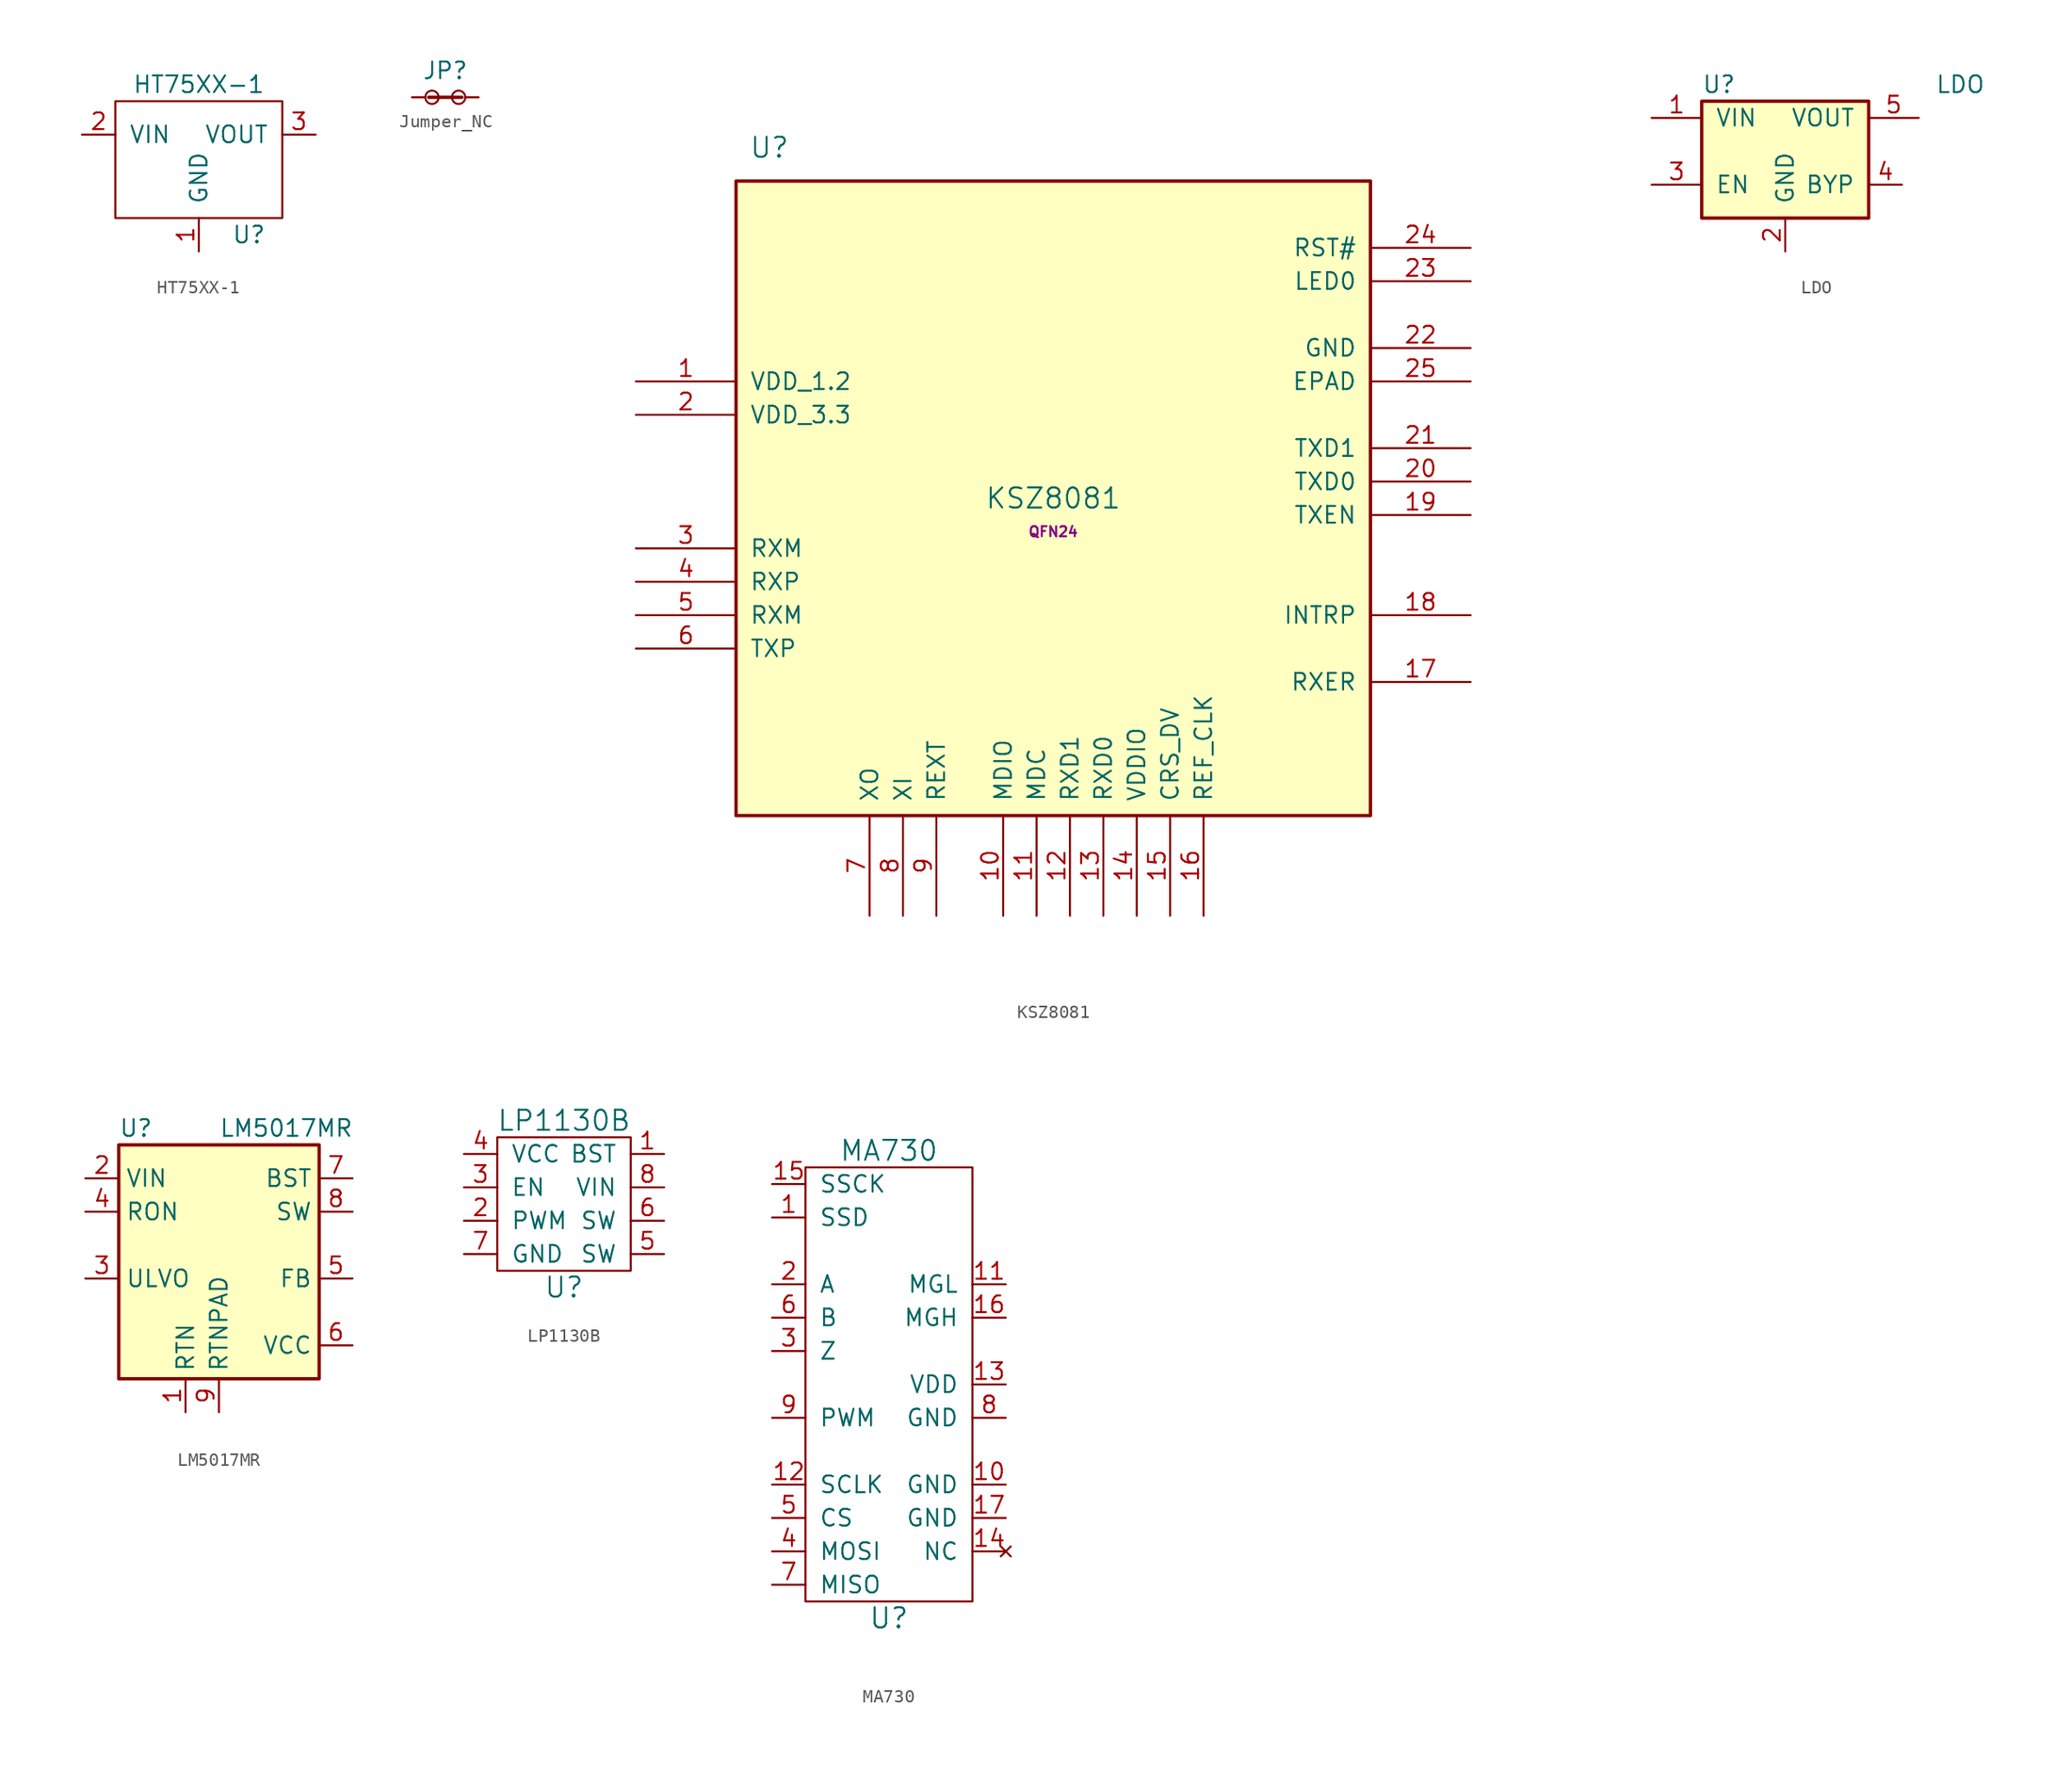
<source format=kicad_sym>
(kicad_symbol_lib
  (version 20211014)
  (generator kicad_symbol_editor)
  (symbol "HT75XX-1"
    (pin_names
      (offset 1.016))
    (property "Reference" "U"
      (at 3.81 -7.62 0)
      (effects (font (size 1.27 1.27))))
    (property "Value" "HT75XX-1"
      (at 0 3.81 0)
      (effects (font (size 1.27 1.27))))
    (symbol "HT75XX-1_0_1"
      (rectangle (start -6.35 2.54) (end 6.35 -6.35) (stroke (width 0) (type default) (color 0 0 0 0)) (fill (type none))))
    (symbol "HT75XX-1_1_1"
      (pin power_in line (at 0 -8.89 90) (length 2.54) (name "GND" (effects (font (size 1.27 1.27)))) (number "1" (effects (font (size 1.27 1.27)))))
      (pin power_in line (at -8.89 0 0) (length 2.54) (name "VIN" (effects (font (size 1.27 1.27)))) (number "2" (effects (font (size 1.27 1.27)))))
      (pin power_out line (at 8.89 0 180) (length 2.54) (name "VOUT" (effects (font (size 1.27 1.27)))) (number "3" (effects (font (size 1.27 1.27)))))))
  (symbol "Jumper_NC"
    (pin_numbers hide)
    (pin_names
      (offset 0.762) hide)
    (property "Reference" "JP"
      (at 0 2.032 0)
      (effects (font (size 1.27 1.27))))
    (property "Footprint" ""
      (at 0 0 0)
      (effects (font (size 1.27 1.27))))
    (property "Datasheet" ""
      (at 0 0 0)
      (effects (font (size 1.27 1.27))))
    (symbol "Jumper_NC_0_1"
      (circle (center -1.016 0) (radius 0.508) (stroke (width 0) (type default) (color 0 0 0 0)) (fill (type none)))
      (polyline (pts (xy -1.27 0) (xy 1.27 0)) (stroke (width 0.254) (type default) (color 0 0 0 0)) (fill (type none)))
      (circle (center 1.016 0) (radius 0.508) (stroke (width 0) (type default) (color 0 0 0 0)) (fill (type none)))
      (pin passive line (at -2.54 0 0) (length 1.016) (name "1" (effects (font (size 1.27 1.27)))) (number "1" (effects (font (size 1.27 1.27)))))
      (pin passive line (at 2.54 0 180) (length 1.016) (name "2" (effects (font (size 1.27 1.27)))) (number "2" (effects (font (size 1.27 1.27)))))))
  (symbol "KSZ8081"
    (pin_names
      (offset 1.016))
    (property "Reference" "U"
      (at -21.59 26.67 0)
      (effects (font (size 1.524 1.524))))
    (property "Value" "KSZ8081"
      (at 0 0 0)
      (effects (font (size 1.524 1.524))))
    (property "Footprint" "QFN24"
      (at 0 -2.54 0)
      (effects (font (size 0.762 0.762))))
    (property "Datasheet" ""
      (at 0 0 0)
      (effects (font (size 1.524 1.524))))
    (symbol "KSZ8081_0_1"
      (rectangle (start -24.13 24.13) (end 24.13 -24.13) (stroke (width 0.254) (type default) (color 0 0 0 0)) (fill (type background))))
    (symbol "KSZ8081_1_1"
      (pin power_in line (at -31.75 8.89 0) (length 7.62) (name "VDD_1.2" (effects (font (size 1.27 1.27)))) (number "1" (effects (font (size 1.27 1.27)))))
      (pin input line (at -3.81 -31.75 90) (length 7.62) (name "MDIO" (effects (font (size 1.27 1.27)))) (number "10" (effects (font (size 1.27 1.27)))))
      (pin bidirectional line (at -1.27 -31.75 90) (length 7.62) (name "MDC" (effects (font (size 1.27 1.27)))) (number "11" (effects (font (size 1.27 1.27)))))
      (pin bidirectional line (at 1.27 -31.75 90) (length 7.62) (name "RXD1" (effects (font (size 1.27 1.27)))) (number "12" (effects (font (size 1.27 1.27)))))
      (pin bidirectional line (at 3.81 -31.75 90) (length 7.62) (name "RXD0" (effects (font (size 1.27 1.27)))) (number "13" (effects (font (size 1.27 1.27)))))
      (pin bidirectional line (at 6.35 -31.75 90) (length 7.62) (name "VDDIO" (effects (font (size 1.27 1.27)))) (number "14" (effects (font (size 1.27 1.27)))))
      (pin bidirectional line (at 8.89 -31.75 90) (length 7.62) (name "CRS_DV" (effects (font (size 1.27 1.27)))) (number "15" (effects (font (size 1.27 1.27)))))
      (pin bidirectional line (at 11.43 -31.75 90) (length 7.62) (name "REF_CLK" (effects (font (size 1.27 1.27)))) (number "16" (effects (font (size 1.27 1.27)))))
      (pin power_in line (at 31.75 -13.97 180) (length 7.62) (name "RXER" (effects (font (size 1.27 1.27)))) (number "17" (effects (font (size 1.27 1.27)))))
      (pin bidirectional line (at 31.75 -8.89 180) (length 7.62) (name "INTRP" (effects (font (size 1.27 1.27)))) (number "18" (effects (font (size 1.27 1.27)))))
      (pin bidirectional line (at 31.75 -1.27 180) (length 7.62) (name "TXEN" (effects (font (size 1.27 1.27)))) (number "19" (effects (font (size 1.27 1.27)))))
      (pin power_in line (at -31.75 6.35 0) (length 7.62) (name "VDD_3.3" (effects (font (size 1.27 1.27)))) (number "2" (effects (font (size 1.27 1.27)))))
      (pin bidirectional line (at 31.75 1.27 180) (length 7.62) (name "TXD0" (effects (font (size 1.27 1.27)))) (number "20" (effects (font (size 1.27 1.27)))))
      (pin input line (at 31.75 3.81 180) (length 7.62) (name "TXD1" (effects (font (size 1.27 1.27)))) (number "21" (effects (font (size 1.27 1.27)))))
      (pin bidirectional line (at 31.75 11.43 180) (length 7.62) (name "GND" (effects (font (size 1.27 1.27)))) (number "22" (effects (font (size 1.27 1.27)))))
      (pin bidirectional line (at 31.75 16.51 180) (length 7.62) (name "LED0" (effects (font (size 1.27 1.27)))) (number "23" (effects (font (size 1.27 1.27)))))
      (pin bidirectional line (at 31.75 19.05 180) (length 7.62) (name "RST#" (effects (font (size 1.27 1.27)))) (number "24" (effects (font (size 1.27 1.27)))))
      (pin power_in line (at 31.75 8.89 180) (length 7.62) (name "EPAD" (effects (font (size 1.27 1.27)))) (number "25" (effects (font (size 1.27 1.27)))))
      (pin power_in line (at -31.75 -3.81 0) (length 7.62) (name "RXM" (effects (font (size 1.27 1.27)))) (number "3" (effects (font (size 1.27 1.27)))))
      (pin bidirectional line (at -31.75 -6.35 0) (length 7.62) (name "RXP" (effects (font (size 1.27 1.27)))) (number "4" (effects (font (size 1.27 1.27)))))
      (pin bidirectional line (at -31.75 -8.89 0) (length 7.62) (name "RXM" (effects (font (size 1.27 1.27)))) (number "5" (effects (font (size 1.27 1.27)))))
      (pin bidirectional line (at -31.75 -11.43 0) (length 7.62) (name "TXP" (effects (font (size 1.27 1.27)))) (number "6" (effects (font (size 1.27 1.27)))))
      (pin bidirectional line (at -13.97 -31.75 90) (length 7.62) (name "XO" (effects (font (size 1.27 1.27)))) (number "7" (effects (font (size 1.27 1.27)))))
      (pin output line (at -11.43 -31.75 90) (length 7.62) (name "XI" (effects (font (size 1.27 1.27)))) (number "8" (effects (font (size 1.27 1.27)))))
      (pin input line (at -8.89 -31.75 90) (length 7.62) (name "REXT" (effects (font (size 1.27 1.27)))) (number "9" (effects (font (size 1.27 1.27)))))))
  (symbol "LDO"
    (pin_names
      (offset 1.016))
    (property "Reference" "U"
      (at -6.35 5.08 0)
      (effects (font (size 1.27 1.27)) (justify left)))
    (property "Value" "LDO"
      (at 15.24 5.08 0)
      (effects (font (size 1.27 1.27)) (justify right)))
    (property "Datasheet" ""
      (at 0 0 0)
      (effects (font (size 1.27 1.27))))
    (symbol "LDO_0_1"
      (rectangle (start -6.35 3.81) (end 6.35 -5.08) (stroke (width 0.254) (type default) (color 0 0 0 0)) (fill (type background))))
    (symbol "LDO_1_1"
      (pin power_in line (at -10.16 2.54 0) (length 3.81) (name "VIN" (effects (font (size 1.27 1.27)))) (number "1" (effects (font (size 1.27 1.27)))))
      (pin power_in line (at 0 -7.62 90) (length 2.54) (name "GND" (effects (font (size 1.27 1.27)))) (number "2" (effects (font (size 1.27 1.27)))))
      (pin input line (at -10.16 -2.54 0) (length 3.81) (name "EN" (effects (font (size 1.27 1.27)))) (number "3" (effects (font (size 1.27 1.27)))))
      (pin input line (at 8.89 -2.54 180) (length 2.54) (name "BYP" (effects (font (size 1.27 1.27)))) (number "4" (effects (font (size 1.27 1.27)))))
      (pin power_out line (at 10.16 2.54 180) (length 3.81) (name "VOUT" (effects (font (size 1.27 1.27)))) (number "5" (effects (font (size 1.27 1.27)))))))
  (symbol "LM5017MR"
    (property "Reference" "U"
      (at -7.62 8.89 0)
      (effects (font (size 1.27 1.27)) (justify left)))
    (property "Value" "LM5017MR"
      (at 0 8.89 0)
      (effects (font (size 1.27 1.27)) (justify left)))
    (symbol "LM5017MR_0_1"
      (rectangle (start -7.62 7.62) (end 7.62 -10.16) (stroke (width 0.254) (type default) (color 0 0 0 0)) (fill (type background))))
    (symbol "LM5017MR_1_1"
      (pin power_in line (at -2.54 -12.7 90) (length 2.54) (name "RTN" (effects (font (size 1.27 1.27)))) (number "1" (effects (font (size 1.27 1.27)))))
      (pin power_in line (at -10.16 5.08 0) (length 2.54) (name "VIN" (effects (font (size 1.27 1.27)))) (number "2" (effects (font (size 1.27 1.27)))))
      (pin input line (at -10.16 -2.54 0) (length 2.54) (name "ULVO" (effects (font (size 1.27 1.27)))) (number "3" (effects (font (size 1.27 1.27)))))
      (pin input line (at -10.16 2.54 0) (length 2.54) (name "RON" (effects (font (size 1.27 1.27)))) (number "4" (effects (font (size 1.27 1.27)))))
      (pin input line (at 10.16 -2.54 180) (length 2.54) (name "FB" (effects (font (size 1.27 1.27)))) (number "5" (effects (font (size 1.27 1.27)))))
      (pin output line (at 10.16 -7.62 180) (length 2.54) (name "VCC" (effects (font (size 1.27 1.27)))) (number "6" (effects (font (size 1.27 1.27)))))
      (pin input line (at 10.16 5.08 180) (length 2.54) (name "BST" (effects (font (size 1.27 1.27)))) (number "7" (effects (font (size 1.27 1.27)))))
      (pin output line (at 10.16 2.54 180) (length 2.54) (name "SW" (effects (font (size 1.27 1.27)))) (number "8" (effects (font (size 1.27 1.27)))))
      (pin power_in line (at 0 -12.7 90) (length 2.54) (name "RTNPAD" (effects (font (size 1.27 1.27)))) (number "9" (effects (font (size 1.27 1.27)))))))
  (symbol "LP1130B"
    (pin_names
      (offset 1.016))
    (property "Reference" "U"
      (at 0 -6.35 0)
      (effects (font (size 1.524 1.524))))
    (property "Value" "LP1130B"
      (at 0 6.35 0)
      (effects (font (size 1.524 1.524))))
    (symbol "LP1130B_0_1"
      (rectangle (start -5.08 5.08) (end 5.08 -5.08) (stroke (width 0) (type default) (color 0 0 0 0)) (fill (type none))))
    (symbol "LP1130B_1_1"
      (pin power_in line (at 7.62 3.81 180) (length 2.54) (name "BST" (effects (font (size 1.27 1.27)))) (number "1" (effects (font (size 1.27 1.27)))))
      (pin input line (at -7.62 -1.27 0) (length 2.54) (name "PWM" (effects (font (size 1.27 1.27)))) (number "2" (effects (font (size 1.27 1.27)))))
      (pin input line (at -7.62 1.27 0) (length 2.54) (name "EN" (effects (font (size 1.27 1.27)))) (number "3" (effects (font (size 1.27 1.27)))))
      (pin power_in line (at -7.62 3.81 0) (length 2.54) (name "VCC" (effects (font (size 1.27 1.27)))) (number "4" (effects (font (size 1.27 1.27)))))
      (pin power_out line (at 7.62 -3.81 180) (length 2.54) (name "SW" (effects (font (size 1.27 1.27)))) (number "5" (effects (font (size 1.27 1.27)))))
      (pin power_out line (at 7.62 -1.27 180) (length 2.54) (name "SW" (effects (font (size 1.27 1.27)))) (number "6" (effects (font (size 1.27 1.27)))))
      (pin power_in line (at -7.62 -3.81 0) (length 2.54) (name "GND" (effects (font (size 1.27 1.27)))) (number "7" (effects (font (size 1.27 1.27)))))
      (pin power_in line (at 7.62 1.27 180) (length 2.54) (name "VIN" (effects (font (size 1.27 1.27)))) (number "8" (effects (font (size 1.27 1.27)))))))
  (symbol "MA730"
    (pin_names
      (offset 1.016))
    (property "Reference" "U"
      (at 0 -17.78 0)
      (effects (font (size 1.524 1.524))))
    (property "Value" "MA730"
      (at 0 17.78 0)
      (effects (font (size 1.524 1.524))))
    (symbol "MA730_0_1"
      (polyline (pts (xy -6.35 16.51) (xy -6.35 -16.51) (xy 6.35 -16.51) (xy 6.35 16.51) (xy -6.35 16.51)) (stroke (width 0) (type default) (color 0 0 0 0)) (fill (type none))))
    (symbol "MA730_1_1"
      (pin output line (at -8.89 12.7 0) (length 2.54) (name "SSD" (effects (font (size 1.27 1.27)))) (number "1" (effects (font (size 1.27 1.27)))))
      (pin unspecified line (at 8.89 -7.62 180) (length 2.54) (name "GND" (effects (font (size 1.27 1.27)))) (number "10" (effects (font (size 1.27 1.27)))))
      (pin output line (at 8.89 7.62 180) (length 2.54) (name "MGL" (effects (font (size 1.27 1.27)))) (number "11" (effects (font (size 1.27 1.27)))))
      (pin input line (at -8.89 -7.62 0) (length 2.54) (name "SCLK" (effects (font (size 1.27 1.27)))) (number "12" (effects (font (size 1.27 1.27)))))
      (pin power_in line (at 8.89 0 180) (length 2.54) (name "VDD" (effects (font (size 1.27 1.27)))) (number "13" (effects (font (size 1.27 1.27)))))
      (pin no_connect line (at 8.89 -12.7 180) (length 2.54) (name "NC" (effects (font (size 1.27 1.27)))) (number "14" (effects (font (size 1.27 1.27)))))
      (pin input line (at -8.89 15.24 0) (length 2.54) (name "SSCK" (effects (font (size 1.27 1.27)))) (number "15" (effects (font (size 1.27 1.27)))))
      (pin output line (at 8.89 5.08 180) (length 2.54) (name "MGH" (effects (font (size 1.27 1.27)))) (number "16" (effects (font (size 1.27 1.27)))))
      (pin unspecified line (at 8.89 -10.16 180) (length 2.54) (name "GND" (effects (font (size 1.27 1.27)))) (number "17" (effects (font (size 1.27 1.27)))))
      (pin output line (at -8.89 7.62 0) (length 2.54) (name "A" (effects (font (size 1.27 1.27)))) (number "2" (effects (font (size 1.27 1.27)))))
      (pin output line (at -8.89 2.54 0) (length 2.54) (name "Z" (effects (font (size 1.27 1.27)))) (number "3" (effects (font (size 1.27 1.27)))))
      (pin input line (at -8.89 -12.7 0) (length 2.54) (name "MOSI" (effects (font (size 1.27 1.27)))) (number "4" (effects (font (size 1.27 1.27)))))
      (pin input line (at -8.89 -10.16 0) (length 2.54) (name "CS" (effects (font (size 1.27 1.27)))) (number "5" (effects (font (size 1.27 1.27)))))
      (pin output line (at -8.89 5.08 0) (length 2.54) (name "B" (effects (font (size 1.27 1.27)))) (number "6" (effects (font (size 1.27 1.27)))))
      (pin output line (at -8.89 -15.24 0) (length 2.54) (name "MISO" (effects (font (size 1.27 1.27)))) (number "7" (effects (font (size 1.27 1.27)))))
      (pin power_in line (at 8.89 -2.54 180) (length 2.54) (name "GND" (effects (font (size 1.27 1.27)))) (number "8" (effects (font (size 1.27 1.27)))))
      (pin output line (at -8.89 -2.54 0) (length 2.54) (name "PWM" (effects (font (size 1.27 1.27)))) (number "9" (effects (font (size 1.27 1.27))))))))
</source>
